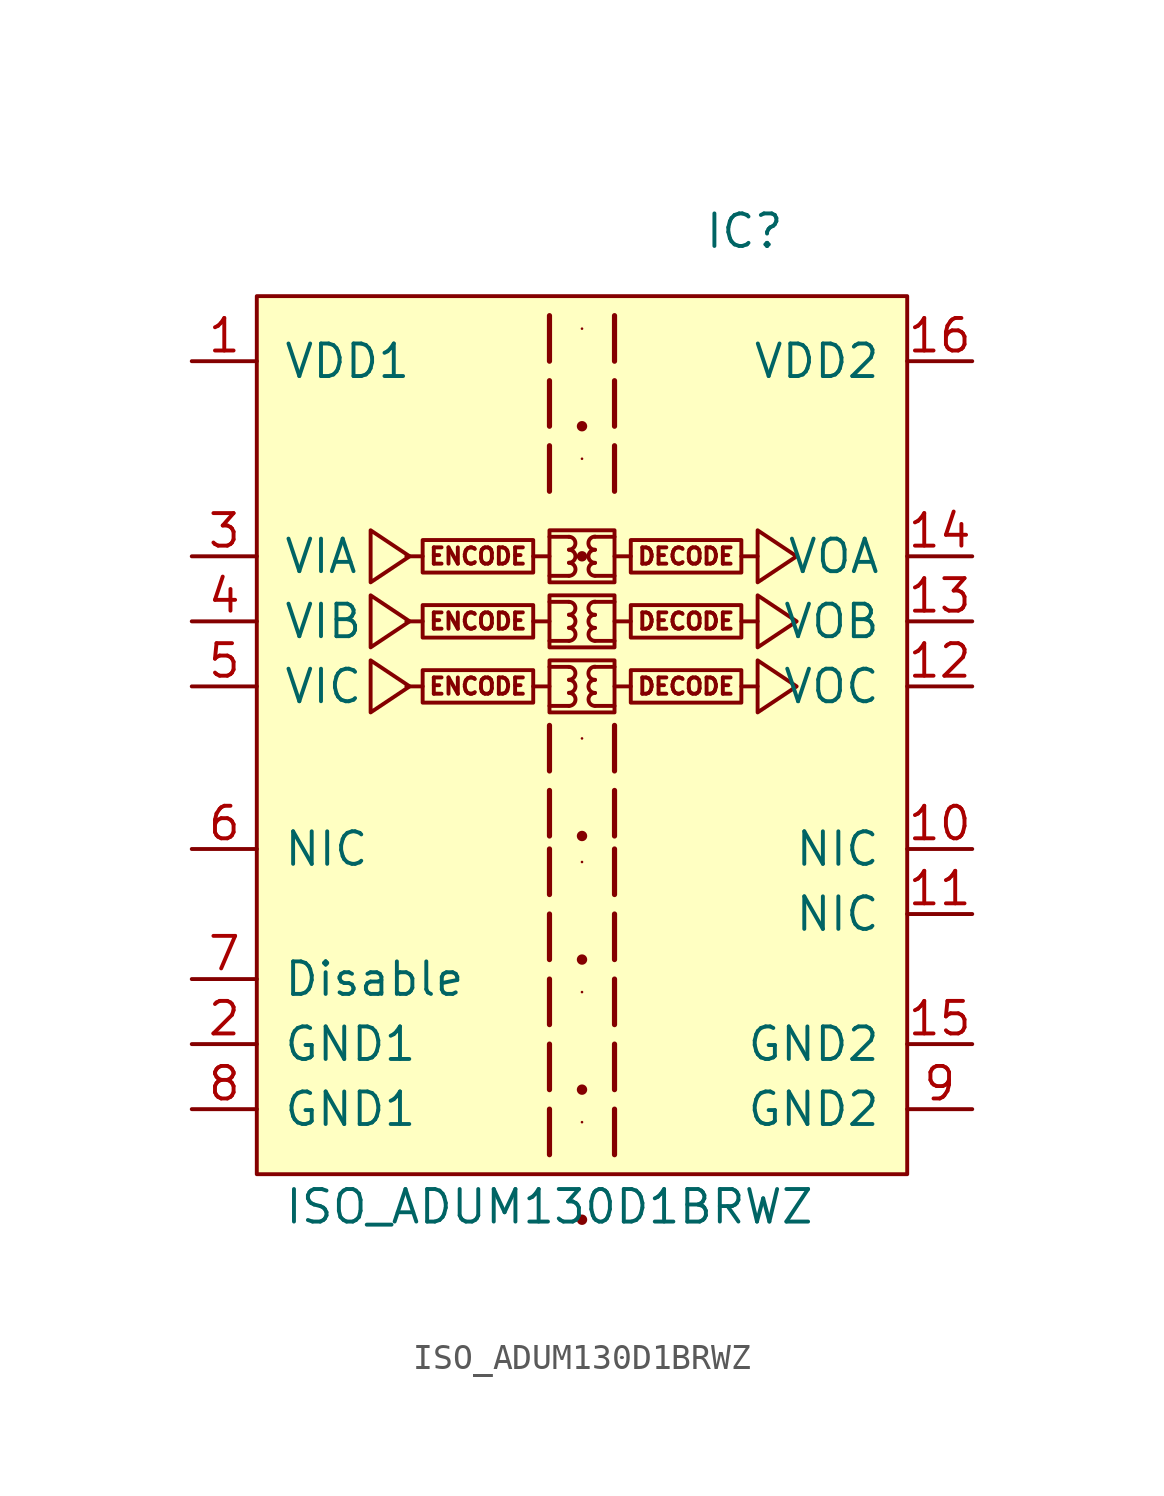
<source format=kicad_sym>
(kicad_symbol_lib
  (version 20220914)
  (generator kicad_symbol_editor)
  (symbol "ISO_ADUM130D1BRWZ"
    (pin_names
      (offset 1.016))
    (property "Reference" "IC"
      (at 6.35 20.32 0)
      (effects (font (size 1.27 1.27))))
    (property "Value" "ISO_ADUM130D1BRWZ"
      (at -1.27 -17.78 0)
      (effects (font (size 1.27 1.27))))
    (symbol "ISO_ADUM130D1BRWZ_0_1"
      (rectangle (start -12.7 17.78) (end 12.7 -16.51) (stroke (width 0) (type default)) (fill (type background)))
      (polyline (pts (xy -1.27 14.478) (xy -1.27 12.954) (xy -1.27 12.7)) (stroke (width 0.203) (type default)) (fill (type none))))
    (symbol "ISO_ADUM130D1BRWZ_1_1"
      (rectangle (start -1.905 3.175) (end -6.223 1.905) (stroke (width 0) (type default)) (fill (type none)))
      (rectangle (start -1.905 5.715) (end -6.223 4.445) (stroke (width 0) (type default)) (fill (type none)))
      (rectangle (start -1.905 8.255) (end -6.223 6.985) (stroke (width 0) (type default)) (fill (type none)))
      (rectangle (start -1.27 3.556) (end 1.27 1.524) (stroke (width 0) (type default)) (fill (type none)))
      (rectangle (start -1.27 6.096) (end 1.27 4.064) (stroke (width 0) (type default)) (fill (type none)))
      (rectangle (start -1.27 8.636) (end 1.27 6.604) (stroke (width 0) (type default)) (fill (type none)))
      (arc (start -0.508 1.778) (mid -0.2551 2.032) (end -0.508 2.286) (stroke (width 0) (type default)) (fill (type none)))
      (arc (start -0.508 2.286) (mid -0.2551 2.54) (end -0.508 2.794) (stroke (width 0) (type default)) (fill (type none)))
      (arc (start -0.508 2.794) (mid -0.2551 3.048) (end -0.508 3.302) (stroke (width 0) (type default)) (fill (type none)))
      (arc (start -0.508 4.318) (mid -0.2551 4.572) (end -0.508 4.826) (stroke (width 0) (type default)) (fill (type none)))
      (arc (start -0.508 4.826) (mid -0.2551 5.08) (end -0.508 5.334) (stroke (width 0) (type default)) (fill (type none)))
      (arc (start -0.508 5.334) (mid -0.2551 5.588) (end -0.508 5.842) (stroke (width 0) (type default)) (fill (type none)))
      (arc (start -0.508 6.858) (mid -0.2551 7.112) (end -0.508 7.366) (stroke (width 0) (type default)) (fill (type none)))
      (arc (start -0.508 7.366) (mid -0.2551 7.62) (end -0.508 7.874) (stroke (width 0) (type default)) (fill (type none)))
      (arc (start -0.508 7.874) (mid -0.2551 8.128) (end -0.508 8.382) (stroke (width 0) (type default)) (fill (type none)))
      (polyline (pts (xy -6.223 2.54) (xy -6.858 2.54)) (stroke (width 0) (type default)) (fill (type none)))
      (polyline (pts (xy -6.223 5.08) (xy -6.858 5.08)) (stroke (width 0) (type default)) (fill (type none)))
      (polyline (pts (xy -6.223 7.62) (xy -6.858 7.62)) (stroke (width 0) (type default)) (fill (type none)))
      (polyline (pts (xy -1.905 2.54) (xy -1.27 2.54)) (stroke (width 0) (type default)) (fill (type none)))
      (polyline (pts (xy -1.905 5.08) (xy -1.27 5.08)) (stroke (width 0) (type default)) (fill (type none)))
      (polyline (pts (xy -1.905 7.62) (xy -1.27 7.62)) (stroke (width 0) (type default)) (fill (type none)))
      (polyline (pts (xy -1.27 1.778) (xy -0.508 1.778)) (stroke (width 0) (type default)) (fill (type none)))
      (polyline (pts (xy -1.27 3.302) (xy -0.508 3.302)) (stroke (width 0) (type default)) (fill (type none)))
      (polyline (pts (xy -1.27 4.318) (xy -0.508 4.318)) (stroke (width 0) (type default)) (fill (type none)))
      (polyline (pts (xy -1.27 5.842) (xy -0.508 5.842)) (stroke (width 0) (type default)) (fill (type none)))
      (polyline (pts (xy -1.27 6.858) (xy -0.508 6.858)) (stroke (width 0) (type default)) (fill (type none)))
      (polyline (pts (xy -1.27 8.382) (xy -0.508 8.382)) (stroke (width 0) (type default)) (fill (type none)))
      (polyline (pts (xy 0 -18.288) (xy 0 -18.288)) (stroke (width 0.406) (type default)) (fill (type none)))
      (polyline (pts (xy 0 -14.478) (xy 0 -14.478)) (stroke (width 0.102) (type default)) (fill (type none)))
      (polyline (pts (xy 0 -13.208) (xy 0 -13.208)) (stroke (width 0.406) (type default)) (fill (type none)))
      (polyline (pts (xy 0 -9.398) (xy 0 -9.398)) (stroke (width 0.102) (type default)) (fill (type none)))
      (polyline (pts (xy 0 -8.128) (xy 0 -8.128)) (stroke (width 0.406) (type default)) (fill (type none)))
      (polyline (pts (xy 0 -4.318) (xy 0 -4.318)) (stroke (width 0.102) (type default)) (fill (type none)))
      (polyline (pts (xy 0 -3.302) (xy 0 -3.302)) (stroke (width 0.406) (type default)) (fill (type none)))
      (polyline (pts (xy 0 0.508) (xy 0 0.508)) (stroke (width 0.102) (type default)) (fill (type none)))
      (polyline (pts (xy 0 7.62) (xy 0 7.62)) (stroke (width 0.406) (type default)) (fill (type none)))
      (polyline (pts (xy 0 11.43) (xy 0 11.43)) (stroke (width 0.102) (type default)) (fill (type none)))
      (polyline (pts (xy 0 12.7) (xy 0 12.7)) (stroke (width 0.406) (type default)) (fill (type none)))
      (polyline (pts (xy 0 16.51) (xy 0 16.51)) (stroke (width 0.102) (type default)) (fill (type none)))
      (polyline (pts (xy 1.27 1.778) (xy 0.508 1.778)) (stroke (width 0) (type default)) (fill (type none)))
      (polyline (pts (xy 1.27 3.302) (xy 0.508 3.302)) (stroke (width 0) (type default)) (fill (type none)))
      (polyline (pts (xy 1.27 4.318) (xy 0.508 4.318)) (stroke (width 0) (type default)) (fill (type none)))
      (polyline (pts (xy 1.27 5.842) (xy 0.508 5.842)) (stroke (width 0) (type default)) (fill (type none)))
      (polyline (pts (xy 1.27 6.858) (xy 0.508 6.858)) (stroke (width 0) (type default)) (fill (type none)))
      (polyline (pts (xy 1.27 8.382) (xy 0.508 8.382)) (stroke (width 0) (type default)) (fill (type none)))
      (polyline (pts (xy 1.905 2.54) (xy 1.27 2.54)) (stroke (width 0) (type default)) (fill (type none)))
      (polyline (pts (xy 1.905 5.08) (xy 1.27 5.08)) (stroke (width 0) (type default)) (fill (type none)))
      (polyline (pts (xy 1.905 7.62) (xy 1.27 7.62)) (stroke (width 0) (type default)) (fill (type none)))
      (polyline (pts (xy 6.223 2.54) (xy 6.858 2.54)) (stroke (width 0) (type default)) (fill (type none)))
      (polyline (pts (xy 6.223 5.08) (xy 6.858 5.08)) (stroke (width 0) (type default)) (fill (type none)))
      (polyline (pts (xy 6.223 7.62) (xy 6.858 7.62)) (stroke (width 0) (type default)) (fill (type none)))
      (polyline (pts (xy -1.27 -13.97) (xy -1.27 -15.494) (xy -1.27 -15.748)) (stroke (width 0.203) (type default)) (fill (type none)))
      (polyline (pts (xy -1.27 -11.43) (xy -1.27 -12.954) (xy -1.27 -13.208)) (stroke (width 0.203) (type default)) (fill (type none)))
      (polyline (pts (xy -1.27 -8.89) (xy -1.27 -10.414) (xy -1.27 -10.668)) (stroke (width 0.203) (type default)) (fill (type none)))
      (polyline (pts (xy -1.27 -6.35) (xy -1.27 -7.874) (xy -1.27 -8.128)) (stroke (width 0.203) (type default)) (fill (type none)))
      (polyline (pts (xy -1.27 -3.81) (xy -1.27 -5.334) (xy -1.27 -5.588)) (stroke (width 0.203) (type default)) (fill (type none)))
      (polyline (pts (xy -1.27 -1.524) (xy -1.27 -3.048) (xy -1.27 -3.302)) (stroke (width 0.203) (type default)) (fill (type none)))
      (polyline (pts (xy -1.27 1.016) (xy -1.27 -0.508) (xy -1.27 -0.762)) (stroke (width 0.203) (type default)) (fill (type none)))
      (polyline (pts (xy -1.27 11.938) (xy -1.27 10.414) (xy -1.27 10.16)) (stroke (width 0.203) (type default)) (fill (type none)))
      (polyline (pts (xy -1.27 17.018) (xy -1.27 15.494) (xy -1.27 15.24)) (stroke (width 0.203) (type default)) (fill (type none)))
      (polyline (pts (xy 1.27 -13.97) (xy 1.27 -15.494) (xy 1.27 -15.748)) (stroke (width 0.203) (type default)) (fill (type none)))
      (polyline (pts (xy 1.27 -11.43) (xy 1.27 -12.954) (xy 1.27 -13.208)) (stroke (width 0.203) (type default)) (fill (type none)))
      (polyline (pts (xy 1.27 -8.89) (xy 1.27 -10.414) (xy 1.27 -10.668)) (stroke (width 0.203) (type default)) (fill (type none)))
      (polyline (pts (xy 1.27 -6.35) (xy 1.27 -7.874) (xy 1.27 -8.128)) (stroke (width 0.203) (type default)) (fill (type none)))
      (polyline (pts (xy 1.27 -3.81) (xy 1.27 -5.334) (xy 1.27 -5.588)) (stroke (width 0.203) (type default)) (fill (type none)))
      (polyline (pts (xy 1.27 -1.524) (xy 1.27 -3.048) (xy 1.27 -3.302)) (stroke (width 0.203) (type default)) (fill (type none)))
      (polyline (pts (xy 1.27 1.016) (xy 1.27 -0.508) (xy 1.27 -0.762)) (stroke (width 0.203) (type default)) (fill (type none)))
      (polyline (pts (xy 1.27 11.938) (xy 1.27 10.414) (xy 1.27 10.16)) (stroke (width 0.203) (type default)) (fill (type none)))
      (polyline (pts (xy 1.27 14.478) (xy 1.27 12.954) (xy 1.27 12.7)) (stroke (width 0.203) (type default)) (fill (type none)))
      (polyline (pts (xy 1.27 17.018) (xy 1.27 15.494) (xy 1.27 15.24)) (stroke (width 0.203) (type default)) (fill (type none)))
      (polyline (pts (xy -6.731 2.54) (xy -8.255 3.556) (xy -8.255 1.524) (xy -6.731 2.54)) (stroke (width 0) (type default)) (fill (type none)))
      (polyline (pts (xy -6.731 5.08) (xy -8.255 6.096) (xy -8.255 4.064) (xy -6.731 5.08)) (stroke (width 0) (type default)) (fill (type none)))
      (polyline (pts (xy -6.731 7.62) (xy -8.255 8.636) (xy -8.255 6.604) (xy -6.731 7.62)) (stroke (width 0) (type default)) (fill (type none)))
      (polyline (pts (xy 8.382 2.54) (xy 6.858 3.556) (xy 6.858 1.524) (xy 8.382 2.54)) (stroke (width 0) (type default)) (fill (type none)))
      (polyline (pts (xy 8.382 5.08) (xy 6.858 6.096) (xy 6.858 4.064) (xy 8.382 5.08)) (stroke (width 0) (type default)) (fill (type none)))
      (polyline (pts (xy 8.382 7.62) (xy 6.858 8.636) (xy 6.858 6.604) (xy 8.382 7.62)) (stroke (width 0) (type default)) (fill (type none)))
      (arc (start 0.508 2.286) (mid 0.2551 2.032) (end 0.508 1.778) (stroke (width 0) (type default)) (fill (type none)))
      (arc (start 0.508 2.794) (mid 0.2551 2.54) (end 0.508 2.286) (stroke (width 0) (type default)) (fill (type none)))
      (arc (start 0.508 3.302) (mid 0.2551 3.048) (end 0.508 2.794) (stroke (width 0) (type default)) (fill (type none)))
      (arc (start 0.508 4.826) (mid 0.2551 4.572) (end 0.508 4.318) (stroke (width 0) (type default)) (fill (type none)))
      (arc (start 0.508 5.334) (mid 0.2551 5.08) (end 0.508 4.826) (stroke (width 0) (type default)) (fill (type none)))
      (arc (start 0.508 5.842) (mid 0.2551 5.588) (end 0.508 5.334) (stroke (width 0) (type default)) (fill (type none)))
      (arc (start 0.508 7.366) (mid 0.2551 7.112) (end 0.508 6.858) (stroke (width 0) (type default)) (fill (type none)))
      (arc (start 0.508 7.874) (mid 0.2551 7.62) (end 0.508 7.366) (stroke (width 0) (type default)) (fill (type none)))
      (arc (start 0.508 8.382) (mid 0.2551 8.128) (end 0.508 7.874) (stroke (width 0) (type default)) (fill (type none)))
      (rectangle (start 1.905 3.175) (end 6.223 1.905) (stroke (width 0) (type default)) (fill (type none)))
      (rectangle (start 1.905 5.715) (end 6.223 4.445) (stroke (width 0) (type default)) (fill (type none)))
      (rectangle (start 1.905 8.255) (end 6.223 6.985) (stroke (width 0) (type default)) (fill (type none)))
      (text "DECODE" (at 4.064 2.54 0) (effects (font (size 0.635 0.635))))
      (text "DECODE" (at 4.064 5.08 0) (effects (font (size 0.635 0.635))))
      (text "DECODE" (at 4.064 7.62 0) (effects (font (size 0.635 0.635))))
      (text "ENCODE" (at -4.064 2.54 0) (effects (font (size 0.635 0.635))))
      (text "ENCODE" (at -4.064 5.08 0) (effects (font (size 0.635 0.635))))
      (text "ENCODE" (at -4.064 7.62 0) (effects (font (size 0.635 0.635))))
      (pin power_in line (at -15.24 15.24 0) (length 2.54) (name "VDD1" (effects (font (size 1.27 1.27)))) (number "1" (effects (font (size 1.27 1.27)))))
      (pin passive line (at 15.24 -3.81 180) (length 2.54) (name "NIC" (effects (font (size 1.27 1.27)))) (number "10" (effects (font (size 1.27 1.27)))))
      (pin passive line (at 15.24 -6.35 180) (length 2.54) (name "NIC" (effects (font (size 1.27 1.27)))) (number "11" (effects (font (size 1.27 1.27)))))
      (pin output line (at 15.24 2.54 180) (length 2.54) (name "VOC" (effects (font (size 1.27 1.27)))) (number "12" (effects (font (size 1.27 1.27)))))
      (pin output line (at 15.24 5.08 180) (length 2.54) (name "VOB" (effects (font (size 1.27 1.27)))) (number "13" (effects (font (size 1.27 1.27)))))
      (pin output line (at 15.24 7.62 180) (length 2.54) (name "VOA" (effects (font (size 1.27 1.27)))) (number "14" (effects (font (size 1.27 1.27)))))
      (pin power_in line (at 15.24 -11.43 180) (length 2.54) (name "GND2" (effects (font (size 1.27 1.27)))) (number "15" (effects (font (size 1.27 1.27)))))
      (pin power_in line (at 15.24 15.24 180) (length 2.54) (name "VDD2" (effects (font (size 1.27 1.27)))) (number "16" (effects (font (size 1.27 1.27)))))
      (pin power_in line (at -15.24 -11.43 0) (length 2.54) (name "GND1" (effects (font (size 1.27 1.27)))) (number "2" (effects (font (size 1.27 1.27)))))
      (pin input line (at -15.24 7.62 0) (length 2.54) (name "VIA" (effects (font (size 1.27 1.27)))) (number "3" (effects (font (size 1.27 1.27)))))
      (pin input line (at -15.24 5.08 0) (length 2.54) (name "VIB" (effects (font (size 1.27 1.27)))) (number "4" (effects (font (size 1.27 1.27)))))
      (pin input line (at -15.24 2.54 0) (length 2.54) (name "VIC" (effects (font (size 1.27 1.27)))) (number "5" (effects (font (size 1.27 1.27)))))
      (pin passive line (at -15.24 -3.81 0) (length 2.54) (name "NIC" (effects (font (size 1.27 1.27)))) (number "6" (effects (font (size 1.27 1.27)))))
      (pin passive line (at -15.24 -8.89 0) (length 2.54) (name "Disable" (effects (font (size 1.27 1.27)))) (number "7" (effects (font (size 1.27 1.27)))))
      (pin power_in line (at -15.24 -13.97 0) (length 2.54) (name "GND1" (effects (font (size 1.27 1.27)))) (number "8" (effects (font (size 1.27 1.27)))))
      (pin power_in line (at 15.24 -13.97 180) (length 2.54) (name "GND2" (effects (font (size 1.27 1.27)))) (number "9" (effects (font (size 1.27 1.27))))))))
</source>
